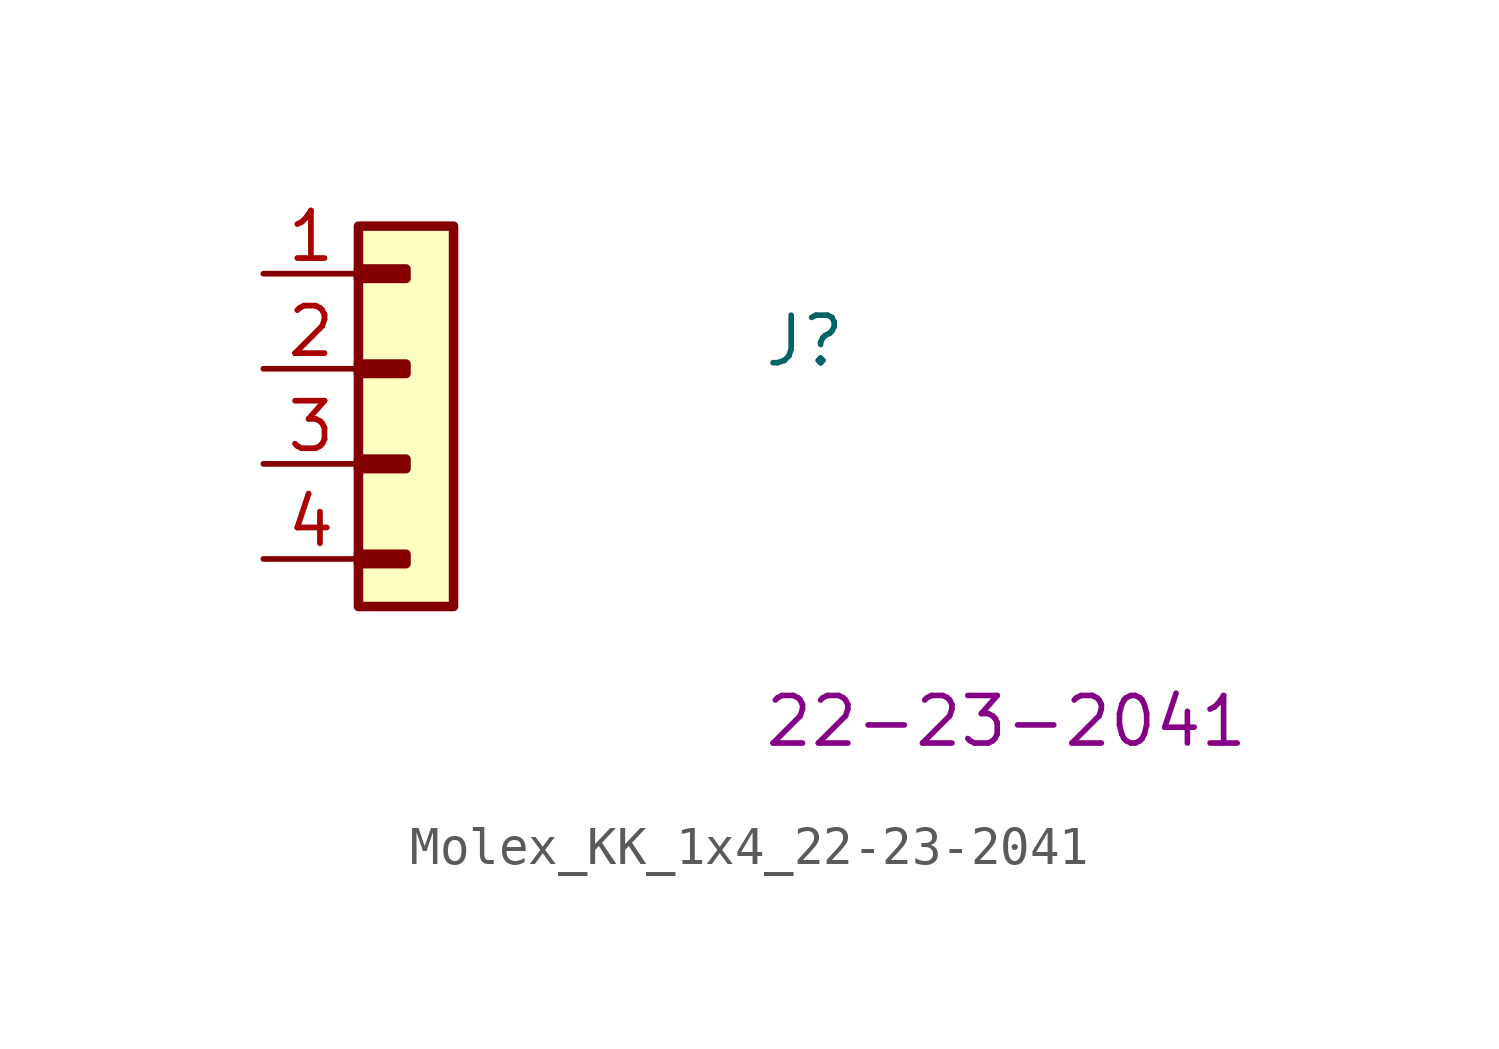
<source format=kicad_sym>
(kicad_symbol_lib
  (version 20220914)
  (generator kicad_symbol_editor)
  (symbol "Molex_KK_1x4_22-23-2041"
    (property "Reference" "J"
      (at 13.335 -2.54 0)
      (effects (font (size 1.27 1.27) (thickness 0.15)) (justify left bottom)))
    (property "MPN" "22-23-2041"
      (at 13.335 -12.7 0)
      (effects (font (size 1.27 1.27) (thickness 0.15)) (justify left bottom)))
    (symbol "Molex_KK_1x4_22-23-2041_1_1"
      (rectangle (start 2.54 -7.493) (end 3.81 -7.747) (stroke (width 0.254) (type default)) (fill (type background)))
      (rectangle (start 2.54 -4.953) (end 3.81 -5.207) (stroke (width 0.254) (type default)) (fill (type background)))
      (rectangle (start 2.54 -2.413) (end 3.81 -2.667) (stroke (width 0.254) (type default)) (fill (type background)))
      (rectangle (start 2.54 0.127) (end 3.81 -0.127) (stroke (width 0.254) (type default)) (fill (type background)))
      (rectangle (start 5.08 -8.89) (end 2.54 1.27) (stroke (width 0.254) (type default)) (fill (type background)))
      (pin passive line (at 0 0 0) (length 2.54) (name "~" (effects (font (size 1.27 1.27)))) (number "1" (effects (font (size 1.27 1.27)))))
      (pin passive line (at 0 -2.54 0) (length 2.54) (name "~" (effects (font (size 1.27 1.27)))) (number "2" (effects (font (size 1.27 1.27)))))
      (pin passive line (at 0 -5.08 0) (length 2.54) (name "~" (effects (font (size 1.27 1.27)))) (number "3" (effects (font (size 1.27 1.27)))))
      (pin passive line (at 0 -7.62 0) (length 2.54) (name "~" (effects (font (size 1.27 1.27)))) (number "4" (effects (font (size 1.27 1.27))))))))
</source>
